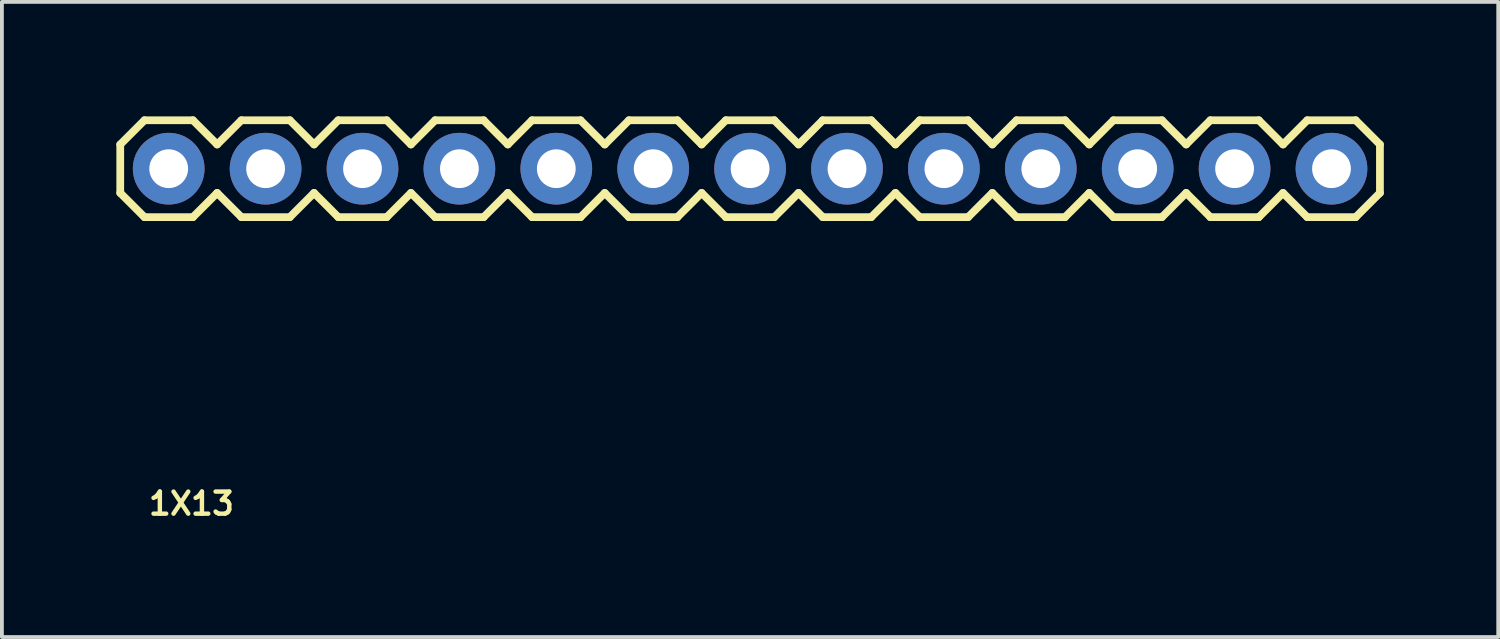
<source format=kicad_pcb>
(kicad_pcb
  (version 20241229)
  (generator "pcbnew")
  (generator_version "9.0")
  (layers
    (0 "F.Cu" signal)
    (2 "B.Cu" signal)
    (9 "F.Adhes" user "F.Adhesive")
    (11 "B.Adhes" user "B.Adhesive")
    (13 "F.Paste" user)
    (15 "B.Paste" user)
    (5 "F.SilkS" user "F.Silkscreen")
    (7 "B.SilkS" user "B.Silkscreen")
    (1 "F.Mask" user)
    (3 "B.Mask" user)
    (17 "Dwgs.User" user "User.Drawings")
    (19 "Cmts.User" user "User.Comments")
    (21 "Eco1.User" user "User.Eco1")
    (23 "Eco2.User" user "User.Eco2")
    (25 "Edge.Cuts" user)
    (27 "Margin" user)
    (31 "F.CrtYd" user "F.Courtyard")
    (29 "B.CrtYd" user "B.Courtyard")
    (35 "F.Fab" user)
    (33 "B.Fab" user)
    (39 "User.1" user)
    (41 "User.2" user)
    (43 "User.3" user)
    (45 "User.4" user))
  (footprint "1X13"
    (layer "F.Cu")
    (at 1.372 1.372)
    (property "Reference" "1X13" (at -0.584 9.119 0) (layer "F.SilkS") (effects (font (size 0.579 0.579) (thickness 0.116)) (justify left bottom)))
    (attr through_hole)
    (fp_line (start -1.27 -0.635) (end -1.27 0.635) (stroke (width 0.203) (type solid)) (layer "F.SilkS"))
    (fp_line (start -1.27 0.635) (end -0.635 1.27) (stroke (width 0.203) (type solid)) (layer "F.SilkS"))
    (fp_line (start -0.635 -1.27) (end -1.27 -0.635) (stroke (width 0.203) (type solid)) (layer "F.SilkS"))
    (fp_line (start -0.635 -1.27) (end 0.635 -1.27) (stroke (width 0.203) (type solid)) (layer "F.SilkS"))
    (fp_line (start 0.635 -1.27) (end 1.27 -0.635) (stroke (width 0.203) (type solid)) (layer "F.SilkS"))
    (fp_line (start 0.635 1.27) (end -0.635 1.27) (stroke (width 0.203) (type solid)) (layer "F.SilkS"))
    (fp_line (start 1.27 -0.635) (end 1.905 -1.27) (stroke (width 0.203) (type solid)) (layer "F.SilkS"))
    (fp_line (start 1.27 0.635) (end 0.635 1.27) (stroke (width 0.203) (type solid)) (layer "F.SilkS"))
    (fp_line (start 1.905 -1.27) (end 3.175 -1.27) (stroke (width 0.203) (type solid)) (layer "F.SilkS"))
    (fp_line (start 1.905 1.27) (end 1.27 0.635) (stroke (width 0.203) (type solid)) (layer "F.SilkS"))
    (fp_line (start 3.175 -1.27) (end 3.81 -0.635) (stroke (width 0.203) (type solid)) (layer "F.SilkS"))
    (fp_line (start 3.175 1.27) (end 1.905 1.27) (stroke (width 0.203) (type solid)) (layer "F.SilkS"))
    (fp_line (start 3.81 -0.635) (end 4.445 -1.27) (stroke (width 0.203) (type solid)) (layer "F.SilkS"))
    (fp_line (start 3.81 0.635) (end 3.175 1.27) (stroke (width 0.203) (type solid)) (layer "F.SilkS"))
    (fp_line (start 4.445 -1.27) (end 5.715 -1.27) (stroke (width 0.203) (type solid)) (layer "F.SilkS"))
    (fp_line (start 4.445 1.27) (end 3.81 0.635) (stroke (width 0.203) (type solid)) (layer "F.SilkS"))
    (fp_line (start 5.715 -1.27) (end 6.35 -0.635) (stroke (width 0.203) (type solid)) (layer "F.SilkS"))
    (fp_line (start 5.715 1.27) (end 4.445 1.27) (stroke (width 0.203) (type solid)) (layer "F.SilkS"))
    (fp_line (start 6.35 0.635) (end 5.715 1.27) (stroke (width 0.203) (type solid)) (layer "F.SilkS"))
    (fp_line (start 6.35 0.635) (end 6.985 1.27) (stroke (width 0.203) (type solid)) (layer "F.SilkS"))
    (fp_line (start 6.985 -1.27) (end 6.35 -0.635) (stroke (width 0.203) (type solid)) (layer "F.SilkS"))
    (fp_line (start 6.985 -1.27) (end 8.255 -1.27) (stroke (width 0.203) (type solid)) (layer "F.SilkS"))
    (fp_line (start 8.255 -1.27) (end 8.89 -0.635) (stroke (width 0.203) (type solid)) (layer "F.SilkS"))
    (fp_line (start 8.255 1.27) (end 6.985 1.27) (stroke (width 0.203) (type solid)) (layer "F.SilkS"))
    (fp_line (start 8.89 -0.635) (end 9.525 -1.27) (stroke (width 0.203) (type solid)) (layer "F.SilkS"))
    (fp_line (start 8.89 0.635) (end 8.255 1.27) (stroke (width 0.203) (type solid)) (layer "F.SilkS"))
    (fp_line (start 9.525 -1.27) (end 10.795 -1.27) (stroke (width 0.203) (type solid)) (layer "F.SilkS"))
    (fp_line (start 9.525 1.27) (end 8.89 0.635) (stroke (width 0.203) (type solid)) (layer "F.SilkS"))
    (fp_line (start 10.795 -1.27) (end 11.43 -0.635) (stroke (width 0.203) (type solid)) (layer "F.SilkS"))
    (fp_line (start 10.795 1.27) (end 9.525 1.27) (stroke (width 0.203) (type solid)) (layer "F.SilkS"))
    (fp_line (start 11.43 -0.635) (end 12.065 -1.27) (stroke (width 0.203) (type solid)) (layer "F.SilkS"))
    (fp_line (start 11.43 0.635) (end 10.795 1.27) (stroke (width 0.203) (type solid)) (layer "F.SilkS"))
    (fp_line (start 12.065 -1.27) (end 13.335 -1.27) (stroke (width 0.203) (type solid)) (layer "F.SilkS"))
    (fp_line (start 12.065 1.27) (end 11.43 0.635) (stroke (width 0.203) (type solid)) (layer "F.SilkS"))
    (fp_line (start 13.335 -1.27) (end 13.97 -0.635) (stroke (width 0.203) (type solid)) (layer "F.SilkS"))
    (fp_line (start 13.335 1.27) (end 12.065 1.27) (stroke (width 0.203) (type solid)) (layer "F.SilkS"))
    (fp_line (start 13.97 0.635) (end 13.335 1.27) (stroke (width 0.203) (type solid)) (layer "F.SilkS"))
    (fp_line (start 13.97 0.635) (end 14.605 1.27) (stroke (width 0.203) (type solid)) (layer "F.SilkS"))
    (fp_line (start 14.605 -1.27) (end 13.97 -0.635) (stroke (width 0.203) (type solid)) (layer "F.SilkS"))
    (fp_line (start 14.605 -1.27) (end 15.875 -1.27) (stroke (width 0.203) (type solid)) (layer "F.SilkS"))
    (fp_line (start 15.875 -1.27) (end 16.51 -0.635) (stroke (width 0.203) (type solid)) (layer "F.SilkS"))
    (fp_line (start 15.875 1.27) (end 14.605 1.27) (stroke (width 0.203) (type solid)) (layer "F.SilkS"))
    (fp_line (start 16.51 0.635) (end 15.875 1.27) (stroke (width 0.203) (type solid)) (layer "F.SilkS"))
    (fp_line (start 16.51 0.635) (end 17.145 1.27) (stroke (width 0.203) (type solid)) (layer "F.SilkS"))
    (fp_line (start 17.145 -1.27) (end 16.51 -0.635) (stroke (width 0.203) (type solid)) (layer "F.SilkS"))
    (fp_line (start 17.145 -1.27) (end 18.415 -1.27) (stroke (width 0.203) (type solid)) (layer "F.SilkS"))
    (fp_line (start 18.415 -1.27) (end 19.05 -0.635) (stroke (width 0.203) (type solid)) (layer "F.SilkS"))
    (fp_line (start 18.415 1.27) (end 17.145 1.27) (stroke (width 0.203) (type solid)) (layer "F.SilkS"))
    (fp_line (start 19.05 -0.635) (end 19.685 -1.27) (stroke (width 0.203) (type solid)) (layer "F.SilkS"))
    (fp_line (start 19.05 0.635) (end 18.415 1.27) (stroke (width 0.203) (type solid)) (layer "F.SilkS"))
    (fp_line (start 19.685 -1.27) (end 20.955 -1.27) (stroke (width 0.203) (type solid)) (layer "F.SilkS"))
    (fp_line (start 19.685 1.27) (end 19.05 0.635) (stroke (width 0.203) (type solid)) (layer "F.SilkS"))
    (fp_line (start 20.955 -1.27) (end 21.59 -0.635) (stroke (width 0.203) (type solid)) (layer "F.SilkS"))
    (fp_line (start 20.955 1.27) (end 19.685 1.27) (stroke (width 0.203) (type solid)) (layer "F.SilkS"))
    (fp_line (start 21.59 -0.635) (end 22.225 -1.27) (stroke (width 0.203) (type solid)) (layer "F.SilkS"))
    (fp_line (start 21.59 0.635) (end 20.955 1.27) (stroke (width 0.203) (type solid)) (layer "F.SilkS"))
    (fp_line (start 22.225 -1.27) (end 23.495 -1.27) (stroke (width 0.203) (type solid)) (layer "F.SilkS"))
    (fp_line (start 22.225 1.27) (end 21.59 0.635) (stroke (width 0.203) (type solid)) (layer "F.SilkS"))
    (fp_line (start 23.495 -1.27) (end 24.13 -0.635) (stroke (width 0.203) (type solid)) (layer "F.SilkS"))
    (fp_line (start 23.495 1.27) (end 22.225 1.27) (stroke (width 0.203) (type solid)) (layer "F.SilkS"))
    (fp_line (start 24.13 0.635) (end 23.495 1.27) (stroke (width 0.203) (type solid)) (layer "F.SilkS"))
    (fp_line (start 24.13 0.635) (end 24.765 1.27) (stroke (width 0.203) (type solid)) (layer "F.SilkS"))
    (fp_line (start 24.765 -1.27) (end 24.13 -0.635) (stroke (width 0.203) (type solid)) (layer "F.SilkS"))
    (fp_line (start 24.765 -1.27) (end 26.035 -1.27) (stroke (width 0.203) (type solid)) (layer "F.SilkS"))
    (fp_line (start 26.035 -1.27) (end 26.67 -0.635) (stroke (width 0.203) (type solid)) (layer "F.SilkS"))
    (fp_line (start 26.035 1.27) (end 24.765 1.27) (stroke (width 0.203) (type solid)) (layer "F.SilkS"))
    (fp_line (start 26.67 -0.635) (end 27.305 -1.27) (stroke (width 0.203) (type solid)) (layer "F.SilkS"))
    (fp_line (start 26.67 0.635) (end 26.035 1.27) (stroke (width 0.203) (type solid)) (layer "F.SilkS"))
    (fp_line (start 27.305 -1.27) (end 28.575 -1.27) (stroke (width 0.203) (type solid)) (layer "F.SilkS"))
    (fp_line (start 27.305 1.27) (end 26.67 0.635) (stroke (width 0.203) (type solid)) (layer "F.SilkS"))
    (fp_line (start 28.575 -1.27) (end 29.21 -0.635) (stroke (width 0.203) (type solid)) (layer "F.SilkS"))
    (fp_line (start 28.575 1.27) (end 27.305 1.27) (stroke (width 0.203) (type solid)) (layer "F.SilkS"))
    (fp_line (start 29.21 -0.635) (end 29.845 -1.27) (stroke (width 0.203) (type solid)) (layer "F.SilkS"))
    (fp_line (start 29.21 0.635) (end 28.575 1.27) (stroke (width 0.203) (type solid)) (layer "F.SilkS"))
    (fp_line (start 29.845 -1.27) (end 31.115 -1.27) (stroke (width 0.203) (type solid)) (layer "F.SilkS"))
    (fp_line (start 29.845 1.27) (end 29.21 0.635) (stroke (width 0.203) (type solid)) (layer "F.SilkS"))
    (fp_line (start 31.115 -1.27) (end 31.75 -0.635) (stroke (width 0.203) (type solid)) (layer "F.SilkS"))
    (fp_line (start 31.115 1.27) (end 29.845 1.27) (stroke (width 0.203) (type solid)) (layer "F.SilkS"))
    (fp_line (start 31.75 0.635) (end 31.115 1.27) (stroke (width 0.203) (type solid)) (layer "F.SilkS"))
    (fp_line (start 31.75 0.635) (end 31.75 -0.635) (stroke (width 0.203) (type solid)) (layer "F.SilkS"))
    (fp_poly (pts (xy -0.254 0.254) (xy 0.254 0.254) (xy 0.254 -0.254) (xy -0.254 -0.254)) (stroke (width 0.1) (type solid)) (fill no) (layer "F.Fab"))
    (fp_poly (pts (xy 2.286 0.254) (xy 2.794 0.254) (xy 2.794 -0.254) (xy 2.286 -0.254)) (stroke (width 0.1) (type solid)) (fill no) (layer "F.Fab"))
    (fp_poly (pts (xy 4.826 0.254) (xy 5.334 0.254) (xy 5.334 -0.254) (xy 4.826 -0.254)) (stroke (width 0.1) (type solid)) (fill no) (layer "F.Fab"))
    (fp_poly (pts (xy 7.366 0.254) (xy 7.874 0.254) (xy 7.874 -0.254) (xy 7.366 -0.254)) (stroke (width 0.1) (type solid)) (fill no) (layer "F.Fab"))
    (fp_poly (pts (xy 9.906 0.254) (xy 10.414 0.254) (xy 10.414 -0.254) (xy 9.906 -0.254)) (stroke (width 0.1) (type solid)) (fill no) (layer "F.Fab"))
    (fp_poly (pts (xy 12.446 0.254) (xy 12.954 0.254) (xy 12.954 -0.254) (xy 12.446 -0.254)) (stroke (width 0.1) (type solid)) (fill no) (layer "F.Fab"))
    (fp_poly (pts (xy 14.986 0.254) (xy 15.494 0.254) (xy 15.494 -0.254) (xy 14.986 -0.254)) (stroke (width 0.1) (type solid)) (fill no) (layer "F.Fab"))
    (fp_poly (pts (xy 17.526 0.254) (xy 18.034 0.254) (xy 18.034 -0.254) (xy 17.526 -0.254)) (stroke (width 0.1) (type solid)) (fill no) (layer "F.Fab"))
    (fp_poly (pts (xy 20.066 0.254) (xy 20.574 0.254) (xy 20.574 -0.254) (xy 20.066 -0.254)) (stroke (width 0.1) (type solid)) (fill no) (layer "F.Fab"))
    (fp_poly (pts (xy 22.606 0.254) (xy 23.114 0.254) (xy 23.114 -0.254) (xy 22.606 -0.254)) (stroke (width 0.1) (type solid)) (fill no) (layer "F.Fab"))
    (fp_poly (pts (xy 25.146 0.254) (xy 25.654 0.254) (xy 25.654 -0.254) (xy 25.146 -0.254)) (stroke (width 0.1) (type solid)) (fill no) (layer "F.Fab"))
    (fp_poly (pts (xy 27.686 0.254) (xy 28.194 0.254) (xy 28.194 -0.254) (xy 27.686 -0.254)) (stroke (width 0.1) (type solid)) (fill no) (layer "F.Fab"))
    (fp_poly (pts (xy 30.226 0.254) (xy 30.734 0.254) (xy 30.734 -0.254) (xy 30.226 -0.254)) (stroke (width 0.1) (type solid)) (fill no) (layer "F.Fab"))
    (pad "1" thru_hole circle (at 0 0 90) (size 1.88 1.88) (drill 1.016) (layers "*.Cu" "*.Mask"))
    (pad "2" thru_hole circle (at 2.54 0 90) (size 1.88 1.88) (drill 1.016) (layers "*.Cu" "*.Mask"))
    (pad "3" thru_hole circle (at 5.08 0 90) (size 1.88 1.88) (drill 1.016) (layers "*.Cu" "*.Mask"))
    (pad "4" thru_hole circle (at 7.62 0 90) (size 1.88 1.88) (drill 1.016) (layers "*.Cu" "*.Mask"))
    (pad "5" thru_hole circle (at 10.16 0 90) (size 1.88 1.88) (drill 1.016) (layers "*.Cu" "*.Mask"))
    (pad "6" thru_hole circle (at 12.7 0 90) (size 1.88 1.88) (drill 1.016) (layers "*.Cu" "*.Mask"))
    (pad "7" thru_hole circle (at 15.24 0 90) (size 1.88 1.88) (drill 1.016) (layers "*.Cu" "*.Mask"))
    (pad "8" thru_hole circle (at 17.78 0 90) (size 1.88 1.88) (drill 1.016) (layers "*.Cu" "*.Mask"))
    (pad "9" thru_hole circle (at 20.32 0 90) (size 1.88 1.88) (drill 1.016) (layers "*.Cu" "*.Mask"))
    (pad "10" thru_hole circle (at 22.86 0 90) (size 1.88 1.88) (drill 1.016) (layers "*.Cu" "*.Mask"))
    (pad "11" thru_hole circle (at 25.4 0 90) (size 1.88 1.88) (drill 1.016) (layers "*.Cu" "*.Mask"))
    (pad "12" thru_hole circle (at 27.94 0 90) (size 1.88 1.88) (drill 1.016) (layers "*.Cu" "*.Mask"))
    (pad "13" thru_hole circle (at 30.48 0 90) (size 1.88 1.88) (drill 1.016) (layers "*.Cu" "*.Mask")))
  (gr_rect
    (start -3 -3)
    (end 36.223 13.648)
    (stroke (width 0.1) (type default))
    (fill no)
    (layer "Edge.Cuts")))
</source>
